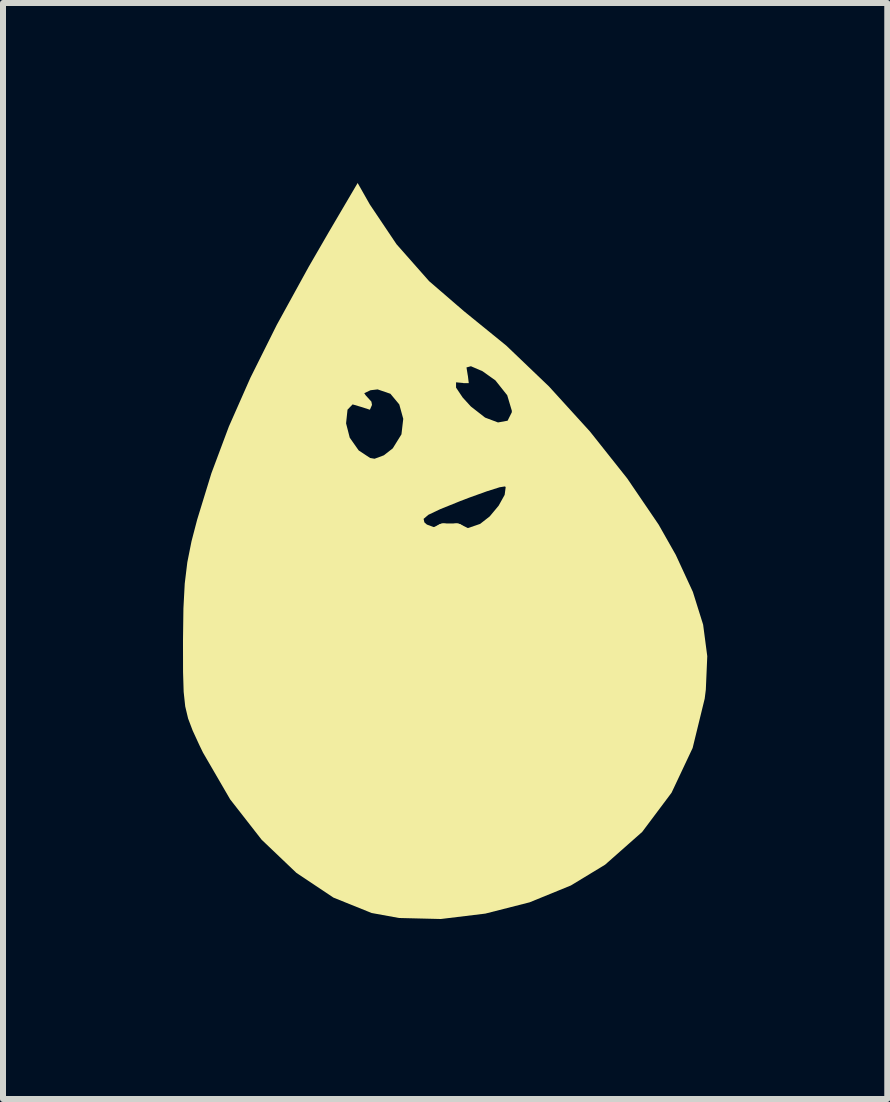
<source format=kicad_pcb>
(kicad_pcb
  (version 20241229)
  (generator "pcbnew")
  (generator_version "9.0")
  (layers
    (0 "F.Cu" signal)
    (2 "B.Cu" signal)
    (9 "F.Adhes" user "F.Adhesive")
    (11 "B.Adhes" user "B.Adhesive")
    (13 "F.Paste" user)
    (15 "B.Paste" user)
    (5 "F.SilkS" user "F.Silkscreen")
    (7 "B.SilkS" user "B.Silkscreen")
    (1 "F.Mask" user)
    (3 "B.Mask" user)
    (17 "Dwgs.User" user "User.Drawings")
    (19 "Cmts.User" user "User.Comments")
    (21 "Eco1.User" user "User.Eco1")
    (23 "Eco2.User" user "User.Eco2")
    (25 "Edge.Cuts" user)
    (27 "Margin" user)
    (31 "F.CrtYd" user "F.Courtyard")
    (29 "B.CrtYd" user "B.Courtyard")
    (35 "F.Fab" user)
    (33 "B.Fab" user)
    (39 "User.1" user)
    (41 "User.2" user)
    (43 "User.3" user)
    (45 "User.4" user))
  (footprint "piss"
    (layer "F.Cu")
    (at 4.014 6.151)
    (property "Reference" "piss" (at 0 0 0) (layer "F.SilkS") (effects (font (size 1.524 1.524) (thickness 0.3))))
    (attr board_only exclude_from_pos_files exclude_from_bom)
    (fp_poly (pts (xy -0.9 -5.793) (xy -0.455 -5.13) (xy 0.088 -4.515) (xy 0.669 -4.014) (xy 1.374 -3.441) (xy 2.086 -2.76) (xy 2.769 -2.009) (xy 3.389 -1.228) (xy 3.913 -0.458) (xy 4.199 0.047) (xy 4.484 0.664) (xy 4.655 1.21) (xy 4.724 1.736) (xy 4.7 2.293) (xy 4.681 2.444) (xy 4.48 3.266) (xy 4.129 4.011) (xy 3.639 4.665) (xy 3.021 5.211) (xy 2.451 5.557) (xy 1.763 5.838) (xy 1.025 6.026) (xy 0.283 6.116) (xy -0.414 6.099) (xy -0.87 6.016) (xy -1.507 5.759) (xy -2.124 5.347) (xy -2.703 4.795) (xy -3.228 4.122) (xy -3.681 3.342) (xy -3.742 3.216) (xy -3.853 2.975) (xy -3.929 2.774) (xy -3.977 2.572) (xy -4.003 2.329) (xy -4.013 2.002) (xy -4.014 1.55) (xy -4.014 1.469) (xy -4.007 0.939) (xy -3.985 0.525) (xy -3.942 0.171) (xy -3.872 -0.18) (xy -3.778 -0.54) (xy -3.774 -0.553) (xy -0.004 -0.553) (xy 0.009 -0.495) (xy 0.051 -0.458) (xy 0.317 -0.359) (xy 0.648 -0.37) (xy 0.938 -0.469) (xy 1.098 -0.594) (xy 1.247 -0.773) (xy 1.347 -0.953) (xy 1.364 -1.08) (xy 1.354 -1.094) (xy 1.264 -1.08) (xy 1.052 -1.013) (xy 0.757 -0.907) (xy 0.608 -0.85) (xy 0.272 -0.714) (xy 0.076 -0.621) (xy -0.004 -0.553) (xy -3.774 -0.553) (xy -3.541 -1.312) (xy -3.249 -2.093) (xy -3.226 -2.145) (xy -1.296 -2.145) (xy -1.235 -1.906) (xy -1.086 -1.694) (xy -0.896 -1.568) (xy -0.821 -1.555) (xy -0.667 -1.612) (xy -0.518 -1.728) (xy -0.373 -1.962) (xy -0.343 -2.22) (xy -0.409 -2.46) (xy -0.557 -2.638) (xy -0.77 -2.711) (xy -0.889 -2.697) (xy -0.993 -2.648) (xy -0.97 -2.613) (xy -0.874 -2.507) (xy -0.864 -2.452) (xy -0.899 -2.372) (xy -1.025 -2.413) (xy -1.187 -2.461) (xy -1.272 -2.373) (xy -1.296 -2.145) (xy -3.226 -2.145) (xy -2.924 -2.829) (xy 0.537 -2.829) (xy 0.537 -2.741) (xy 0.647 -2.576) (xy 0.784 -2.426) (xy 1.021 -2.241) (xy 1.236 -2.16) (xy 1.396 -2.189) (xy 1.466 -2.329) (xy 1.467 -2.354) (xy 1.39 -2.613) (xy 1.193 -2.861) (xy 0.978 -3.014) (xy 0.785 -3.097) (xy 0.711 -3.077) (xy 0.732 -2.946) (xy 0.734 -2.938) (xy 0.749 -2.815) (xy 0.661 -2.815) (xy 0.654 -2.818) (xy 0.537 -2.829) (xy -2.924 -2.829) (xy -2.889 -2.908) (xy -2.451 -3.786) (xy -1.919 -4.754) (xy -1.578 -5.343) (xy -1.103 -6.151)) (stroke (width 0) (type solid)) (fill yes) (layer "F.SilkS")))
  (gr_rect
    (start -3 -3)
    (end 11.738 15.267)
    (stroke (width 0.1) (type default))
    (fill no)
    (layer "Edge.Cuts")))
</source>
